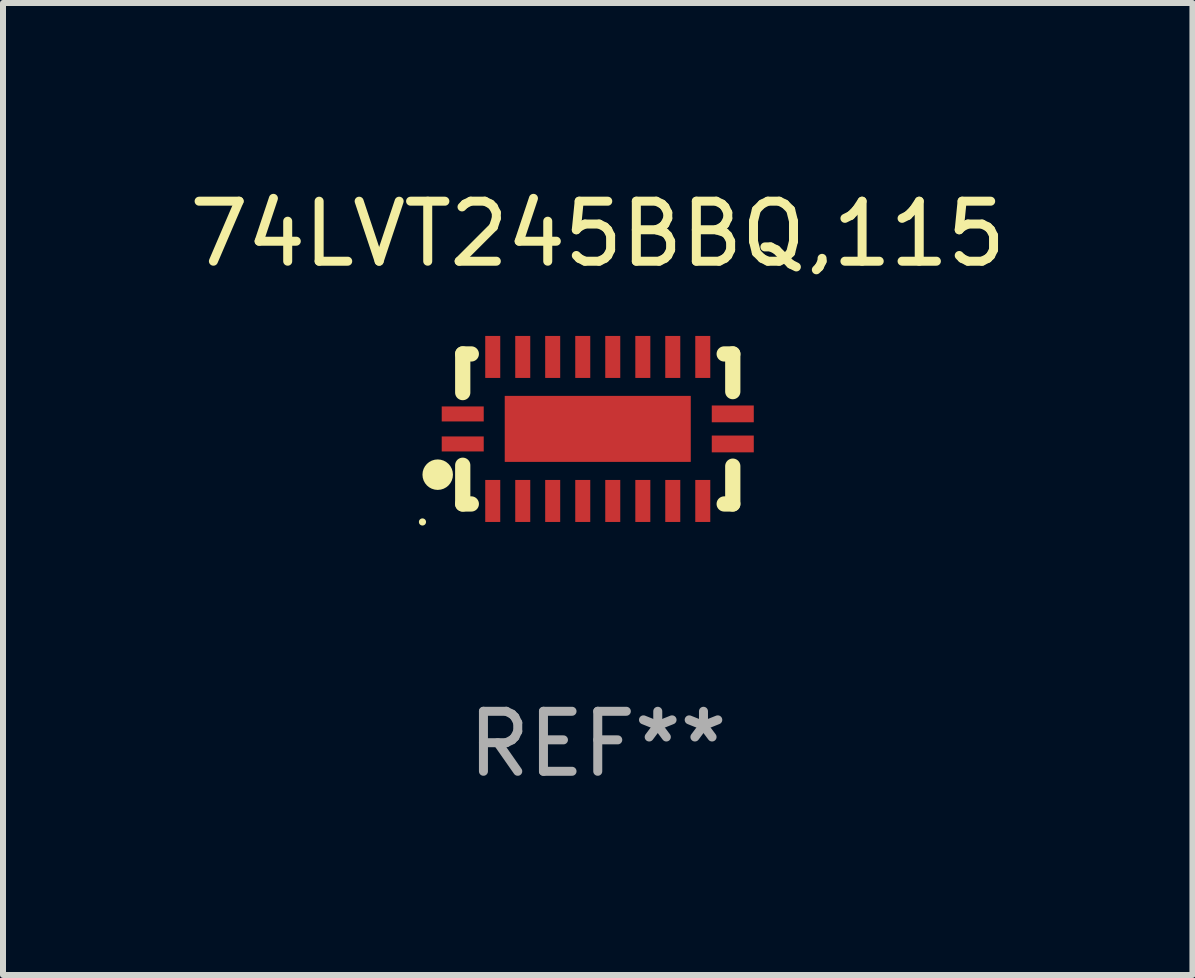
<source format=kicad_pcb>
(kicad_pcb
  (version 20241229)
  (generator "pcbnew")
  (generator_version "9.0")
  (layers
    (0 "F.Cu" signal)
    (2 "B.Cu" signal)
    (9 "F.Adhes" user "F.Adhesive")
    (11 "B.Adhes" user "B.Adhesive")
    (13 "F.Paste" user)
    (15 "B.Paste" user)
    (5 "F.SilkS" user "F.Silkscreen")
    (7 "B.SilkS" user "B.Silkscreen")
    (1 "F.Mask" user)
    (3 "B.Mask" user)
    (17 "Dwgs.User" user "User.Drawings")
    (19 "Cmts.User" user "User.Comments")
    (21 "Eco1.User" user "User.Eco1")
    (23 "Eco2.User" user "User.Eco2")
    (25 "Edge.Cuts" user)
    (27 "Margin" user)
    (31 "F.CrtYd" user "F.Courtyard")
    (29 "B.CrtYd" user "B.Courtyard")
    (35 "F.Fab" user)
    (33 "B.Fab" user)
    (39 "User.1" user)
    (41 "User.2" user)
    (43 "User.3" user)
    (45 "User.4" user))
  (footprint "74LVT245BBQ,115"
    (layer "F.Cu")
    (at 6.911 4.098)
    (property "Reference" "74LVT245BBQ,115" (at 0 -3.25 0) (layer "F.SilkS") (effects (font (size 1 1) (thickness 0.15))))
    (attr through_hole)
    (fp_line (start -2.25 0.605) (end -2.25 1.25) (stroke (width 0.254) (type solid)) (layer "F.SilkS"))
    (fp_line (start -2.25 1.25) (end -2.107 1.25) (stroke (width 0.254) (type solid)) (layer "F.SilkS"))
    (fp_line (start -2.25 -1.25) (end -2.25 -0.606) (stroke (width 0.254) (type solid)) (layer "F.SilkS"))
    (fp_line (start -2.25 -1.25) (end -2.107 -1.25) (stroke (width 0.254) (type solid)) (layer "F.SilkS"))
    (fp_line (start 2.107 -1.25) (end 2.25 -1.25) (stroke (width 0.254) (type solid)) (layer "F.SilkS"))
    (fp_line (start 2.107 1.25) (end 2.25 1.25) (stroke (width 0.254) (type solid)) (layer "F.SilkS"))
    (fp_line (start 2.25 -1.25) (end 2.25 -0.622) (stroke (width 0.254) (type solid)) (layer "F.SilkS"))
    (fp_line (start 2.25 0.62) (end 2.25 1.25) (stroke (width 0.254) (type solid)) (layer "F.SilkS"))
    (fp_circle (center -2.921 1.55) (end -2.891 1.55) (stroke (width 0.06) (type solid)) (fill no) (layer "F.SilkS"))
    (fp_circle (center -2.667 0.762) (end -2.54 0.762) (stroke (width 0.254) (type solid)) (fill no) (layer "F.SilkS"))
    (fp_text user "REF**" (at 0 5.25 0) (layer "F.Fab") (effects (font (size 1 1) (thickness 0.15))))
    (pad "1" smd rect (at -2.25 0.25 180) (size 0.7 0.25) (layers "F.Cu" "F.Mask" "F.Paste"))
    (pad "2" smd rect (at -1.75 1.2 90) (size 0.7 0.25) (layers "F.Cu" "F.Mask" "F.Paste"))
    (pad "3" smd rect (at -1.25 1.2 90) (size 0.7 0.25) (layers "F.Cu" "F.Mask" "F.Paste"))
    (pad "4" smd rect (at -0.751 1.2 90) (size 0.7 0.25) (layers "F.Cu" "F.Mask" "F.Paste"))
    (pad "5" smd rect (at -0.25 1.2 90) (size 0.7 0.25) (layers "F.Cu" "F.Mask" "F.Paste"))
    (pad "6" smd rect (at 0.25 1.2 90) (size 0.7 0.25) (layers "F.Cu" "F.Mask" "F.Paste"))
    (pad "7" smd rect (at 0.751 1.2 90) (size 0.7 0.25) (layers "F.Cu" "F.Mask" "F.Paste"))
    (pad "8" smd rect (at 1.25 1.2 90) (size 0.7 0.25) (layers "F.Cu" "F.Mask" "F.Paste"))
    (pad "9" smd rect (at 1.75 1.2 90) (size 0.7 0.25) (layers "F.Cu" "F.Mask" "F.Paste"))
    (pad "10" smd rect (at 2.25 0.25 180) (size 0.7 0.28) (layers "F.Cu" "F.Mask" "F.Paste"))
    (pad "11" smd rect (at 2.25 -0.251 180) (size 0.7 0.28) (layers "F.Cu" "F.Mask" "F.Paste"))
    (pad "12" smd rect (at 1.75 -1.2 90) (size 0.7 0.25) (layers "F.Cu" "F.Mask" "F.Paste"))
    (pad "13" smd rect (at 1.25 -1.2 90) (size 0.7 0.25) (layers "F.Cu" "F.Mask" "F.Paste"))
    (pad "14" smd rect (at 0.751 -1.2 90) (size 0.7 0.25) (layers "F.Cu" "F.Mask" "F.Paste"))
    (pad "15" smd rect (at 0.25 -1.2 90) (size 0.7 0.25) (layers "F.Cu" "F.Mask" "F.Paste"))
    (pad "16" smd rect (at -0.25 -1.2 90) (size 0.7 0.25) (layers "F.Cu" "F.Mask" "F.Paste"))
    (pad "17" smd rect (at -0.751 -1.2 90) (size 0.7 0.25) (layers "F.Cu" "F.Mask" "F.Paste"))
    (pad "18" smd rect (at -1.25 -1.2 90) (size 0.7 0.25) (layers "F.Cu" "F.Mask" "F.Paste"))
    (pad "19" smd rect (at -1.75 -1.2 90) (size 0.7 0.25) (layers "F.Cu" "F.Mask" "F.Paste"))
    (pad "20" smd rect (at -2.25 -0.25 180) (size 0.7 0.25) (layers "F.Cu" "F.Mask" "F.Paste"))
    (pad "21" smd rect (at 0 -0.001 180) (size 3.1 1.1) (layers "F.Cu" "F.Mask" "F.Paste")))
  (gr_rect
    (start -3 -3)
    (end 16.821 13.197)
    (stroke (width 0.1) (type default))
    (fill no)
    (layer "Edge.Cuts")))
</source>
